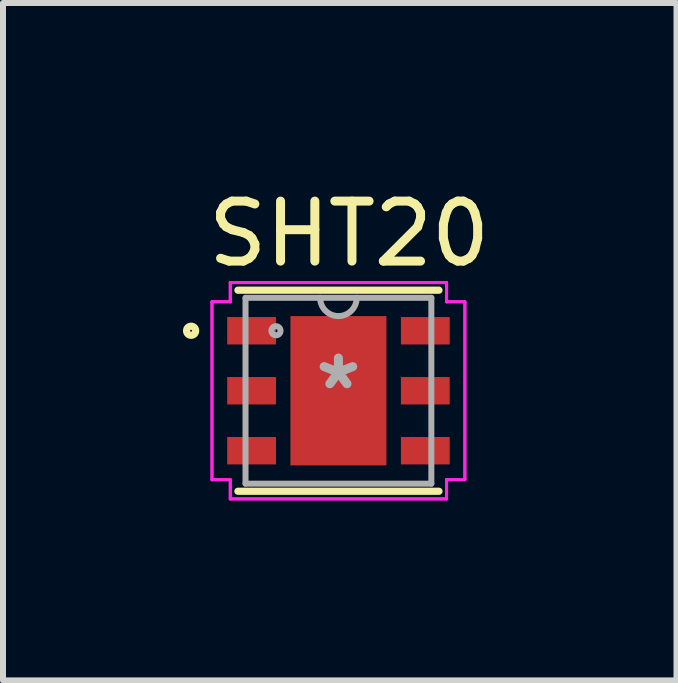
<source format=kicad_pcb>
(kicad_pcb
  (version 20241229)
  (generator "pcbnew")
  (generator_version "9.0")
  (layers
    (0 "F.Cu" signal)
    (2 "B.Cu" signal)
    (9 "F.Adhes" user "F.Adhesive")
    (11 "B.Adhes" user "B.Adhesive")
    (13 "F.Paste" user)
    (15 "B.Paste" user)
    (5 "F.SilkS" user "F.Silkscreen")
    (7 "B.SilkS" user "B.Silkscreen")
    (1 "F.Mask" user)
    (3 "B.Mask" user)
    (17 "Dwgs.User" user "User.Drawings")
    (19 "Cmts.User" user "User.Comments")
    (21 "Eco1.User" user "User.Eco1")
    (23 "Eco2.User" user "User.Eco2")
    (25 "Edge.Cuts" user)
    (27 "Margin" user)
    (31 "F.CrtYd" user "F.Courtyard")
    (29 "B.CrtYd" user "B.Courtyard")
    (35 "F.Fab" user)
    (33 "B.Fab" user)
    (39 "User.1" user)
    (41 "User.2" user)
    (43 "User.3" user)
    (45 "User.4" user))
  (footprint "SHT20"
    (layer "F.Cu")
    (at 2.592 3.464)
    (property "Reference" "SHT20" (at 0.178 -2.616 0) (layer "F.SilkS") (effects (font (size 1 1) (thickness 0.15))))
    (attr through_hole)
    (fp_line (start -1.676 1.676) (end 1.676 1.676) (stroke (width 0.12) (type solid)) (layer "F.SilkS"))
    (fp_line (start 1.676 -1.676) (end -1.676 -1.676) (stroke (width 0.12) (type solid)) (layer "F.SilkS"))
    (fp_circle (center -2.456 -1) (end -2.38 -1) (stroke (width 0.12) (type solid)) (fill no) (layer "F.SilkS"))
    (fp_line (start -2.108 -1.483) (end -1.803 -1.483) (stroke (width 0.05) (type solid)) (layer "F.CrtYd"))
    (fp_line (start -2.108 -1.483) (end -1.803 -1.483) (stroke (width 0.05) (type solid)) (layer "F.CrtYd"))
    (fp_line (start -2.108 1.483) (end -2.108 -1.483) (stroke (width 0.05) (type solid)) (layer "F.CrtYd"))
    (fp_line (start -2.108 1.483) (end -2.108 -1.483) (stroke (width 0.05) (type solid)) (layer "F.CrtYd"))
    (fp_line (start -2.108 1.483) (end -1.803 1.483) (stroke (width 0.05) (type solid)) (layer "F.CrtYd"))
    (fp_line (start -1.803 -1.803) (end 1.803 -1.803) (stroke (width 0.05) (type solid)) (layer "F.CrtYd"))
    (fp_line (start -1.803 -1.803) (end 1.803 -1.803) (stroke (width 0.05) (type solid)) (layer "F.CrtYd"))
    (fp_line (start -1.803 -1.483) (end -1.803 -1.803) (stroke (width 0.05) (type solid)) (layer "F.CrtYd"))
    (fp_line (start -1.803 -1.483) (end -1.803 -1.803) (stroke (width 0.05) (type solid)) (layer "F.CrtYd"))
    (fp_line (start -1.803 1.483) (end -2.108 1.483) (stroke (width 0.05) (type solid)) (layer "F.CrtYd"))
    (fp_line (start -1.803 1.803) (end -1.803 1.483) (stroke (width 0.05) (type solid)) (layer "F.CrtYd"))
    (fp_line (start -1.803 1.803) (end -1.803 1.483) (stroke (width 0.05) (type solid)) (layer "F.CrtYd"))
    (fp_line (start 1.803 -1.803) (end 1.803 -1.483) (stroke (width 0.05) (type solid)) (layer "F.CrtYd"))
    (fp_line (start 1.803 -1.803) (end 1.803 -1.483) (stroke (width 0.05) (type solid)) (layer "F.CrtYd"))
    (fp_line (start 1.803 -1.483) (end 2.108 -1.483) (stroke (width 0.05) (type solid)) (layer "F.CrtYd"))
    (fp_line (start 1.803 1.483) (end 1.803 1.803) (stroke (width 0.05) (type solid)) (layer "F.CrtYd"))
    (fp_line (start 1.803 1.483) (end 1.803 1.803) (stroke (width 0.05) (type solid)) (layer "F.CrtYd"))
    (fp_line (start 1.803 1.803) (end -1.803 1.803) (stroke (width 0.05) (type solid)) (layer "F.CrtYd"))
    (fp_line (start 1.803 1.803) (end -1.803 1.803) (stroke (width 0.05) (type solid)) (layer "F.CrtYd"))
    (fp_line (start 2.108 -1.483) (end 1.803 -1.483) (stroke (width 0.05) (type solid)) (layer "F.CrtYd"))
    (fp_line (start 2.108 -1.483) (end 2.108 1.483) (stroke (width 0.05) (type solid)) (layer "F.CrtYd"))
    (fp_line (start 2.108 -1.483) (end 2.108 1.483) (stroke (width 0.05) (type solid)) (layer "F.CrtYd"))
    (fp_line (start 2.108 1.483) (end 1.803 1.483) (stroke (width 0.05) (type solid)) (layer "F.CrtYd"))
    (fp_line (start 2.108 1.483) (end 1.803 1.483) (stroke (width 0.05) (type solid)) (layer "F.CrtYd"))
    (fp_line (start -1.549 -1.549) (end -1.549 1.549) (stroke (width 0.1) (type solid)) (layer "F.Fab"))
    (fp_line (start -1.549 1.549) (end 1.549 1.549) (stroke (width 0.1) (type solid)) (layer "F.Fab"))
    (fp_line (start 1.549 -1.549) (end -1.549 -1.549) (stroke (width 0.1) (type solid)) (layer "F.Fab"))
    (fp_line (start 1.549 1.549) (end 1.549 -1.549) (stroke (width 0.1) (type solid)) (layer "F.Fab"))
    (fp_arc (start 0.3048 -1.5494) (mid 0 -1.2446) (end -0.3048 -1.5494) (stroke (width 0.1) (type solid)) (layer "F.Fab"))
    (fp_circle (center -1.041 -1) (end -0.965 -1) (stroke (width 0.1) (type solid)) (fill no) (layer "F.Fab"))
    (fp_text user "*" (at 0 0 0) (layer "F.Fab") (effects (font (size 1 1) (thickness 0.15))))
    (pad "1" smd rect (at -1.448 -1) (size 0.813 0.457) (layers "F.Cu" "F.Mask" "F.Paste"))
    (pad "2" smd rect (at -1.448 0) (size 0.813 0.457) (layers "F.Cu" "F.Mask" "F.Paste"))
    (pad "3" smd rect (at -1.448 1) (size 0.813 0.457) (layers "F.Cu" "F.Mask" "F.Paste"))
    (pad "4" smd rect (at 1.448 1) (size 0.813 0.457) (layers "F.Cu" "F.Mask" "F.Paste"))
    (pad "5" smd rect (at 1.448 0) (size 0.813 0.457) (layers "F.Cu" "F.Mask" "F.Paste"))
    (pad "6" smd rect (at 1.448 -1) (size 0.813 0.457) (layers "F.Cu" "F.Mask" "F.Paste"))
    (pad "7" smd rect (at 0 0) (size 1.6 2.489) (layers "F.Cu" "F.Mask" "F.Paste")))
  (gr_rect
    (start -3 -3)
    (end 8.228 8.293)
    (stroke (width 0.1) (type default))
    (fill no)
    (layer "Edge.Cuts")))
</source>
